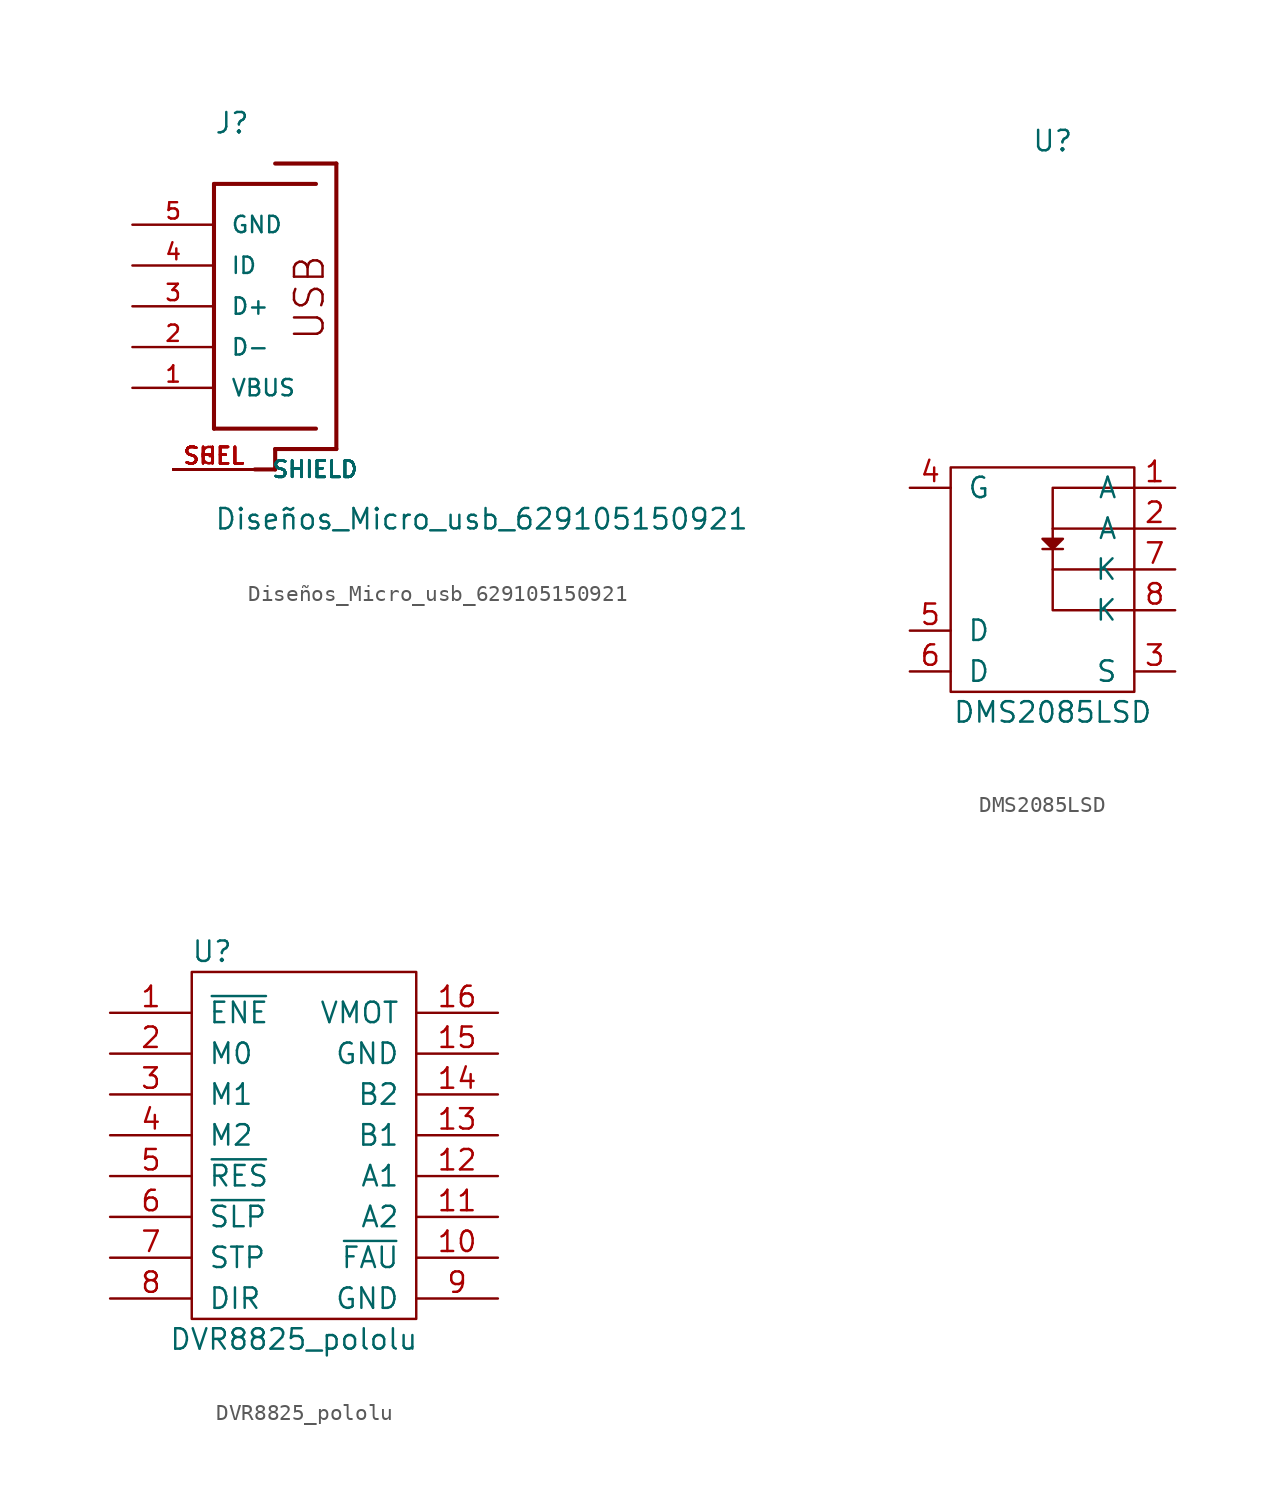
<source format=kicad_sym>
(kicad_symbol_lib
  (version 20211014)
  (generator kicad_symbol_editor)
  (symbol "Diseños_Micro_usb_629105150921"
    (pin_names
      (offset 1.016))
    (property "Reference" "J"
      (at -2.54 10.668 0)
      (effects (font (size 1.27 1.27)) (justify left bottom)))
    (property "Value" "Diseños_Micro_usb_629105150921"
      (at -2.54 -13.995 0)
      (effects (font (size 1.27 1.27)) (justify left bottom)))
    (symbol "Diseños_Micro_usb_629105150921_0_0"
      (polyline (pts (xy -2.54 -7.62) (xy -2.54 7.62)) (stroke (width 0.254) (type default) (color 0 0 0 0)) (fill (type none)))
      (polyline (pts (xy -2.54 7.62) (xy 3.81 7.62)) (stroke (width 0.254) (type default) (color 0 0 0 0)) (fill (type none)))
      (polyline (pts (xy 0 -10.16) (xy 1.27 -10.16)) (stroke (width 0.254) (type default) (color 0 0 0 0)) (fill (type none)))
      (polyline (pts (xy 1.27 -8.89) (xy 1.27 -10.16)) (stroke (width 0.254) (type default) (color 0 0 0 0)) (fill (type none)))
      (polyline (pts (xy 1.27 8.89) (xy 5.08 8.89)) (stroke (width 0.254) (type default) (color 0 0 0 0)) (fill (type none)))
      (polyline (pts (xy 3.81 -7.62) (xy -2.54 -7.62)) (stroke (width 0.254) (type default) (color 0 0 0 0)) (fill (type none)))
      (polyline (pts (xy 5.08 -8.89) (xy 1.27 -8.89)) (stroke (width 0.254) (type default) (color 0 0 0 0)) (fill (type none)))
      (polyline (pts (xy 5.08 8.89) (xy 5.08 -8.89)) (stroke (width 0.254) (type default) (color 0 0 0 0)) (fill (type none)))
      (text "USB" (at 4.445 -2.235 900) (effects (font (size 1.778 1.778)) (justify left bottom)))
      (pin passive line (at -7.62 -5.08 0) (length 5.08) (name "VBUS" (effects (font (size 1.016 1.016)))) (number "1" (effects (font (size 1.016 1.016)))))
      (pin passive line (at -7.62 -2.54 0) (length 5.08) (name "D-" (effects (font (size 1.016 1.016)))) (number "2" (effects (font (size 1.016 1.016)))))
      (pin passive line (at -7.62 0 0) (length 5.08) (name "D+" (effects (font (size 1.016 1.016)))) (number "3" (effects (font (size 1.016 1.016)))))
      (pin passive line (at -7.62 2.54 0) (length 5.08) (name "ID" (effects (font (size 1.016 1.016)))) (number "4" (effects (font (size 1.016 1.016)))))
      (pin passive line (at -7.62 5.08 0) (length 5.08) (name "GND" (effects (font (size 1.016 1.016)))) (number "5" (effects (font (size 1.016 1.016)))))
      (pin passive line (at -5.08 -10.16 0) (length 5.08) (name "SHIELD" (effects (font (size 1.016 1.016)))) (number "SGEL" (effects (font (size 1.016 1.016)))))
      (pin passive line (at -5.08 -10.16 0) (length 5.08) (name "SHIELD" (effects (font (size 1.016 1.016)))) (number "SHEL" (effects (font (size 1.016 1.016)))))
      (pin passive line (at -5.08 -10.16 0) (length 5.08) (name "SHIELD" (effects (font (size 1.016 1.016)))) (number "SHEL" (effects (font (size 1.016 1.016)))))
      (pin passive line (at -5.08 -10.16 0) (length 5.08) (name "SHIELD" (effects (font (size 1.016 1.016)))) (number "SHEL" (effects (font (size 1.016 1.016)))))
      (pin passive line (at -5.08 -10.16 0) (length 5.08) (name "SHIELD" (effects (font (size 1.016 1.016)))) (number "SHEL" (effects (font (size 1.016 1.016)))))
      (pin passive line (at -5.08 -10.16 0) (length 5.08) (name "SHIELD" (effects (font (size 1.016 1.016)))) (number "SHEL" (effects (font (size 1.016 1.016)))))
      (pin passive line (at -5.08 -10.16 0) (length 5.08) (name "SHIELD" (effects (font (size 1.016 1.016)))) (number "SHEL" (effects (font (size 1.016 1.016)))))
      (pin passive line (at -5.08 -10.16 0) (length 5.08) (name "SHIELD" (effects (font (size 1.016 1.016)))) (number "SHEL" (effects (font (size 1.016 1.016)))))))
  (symbol "DMS2085LSD"
    (pin_names
      (offset 1.016))
    (property "Reference" "U"
      (at 6.35 20.32 0)
      (effects (font (size 1.27 1.27))))
    (property "Value" "DMS2085LSD"
      (at 6.35 -15.24 0)
      (effects (font (size 1.27 1.27))))
    (symbol "DMS2085LSD_0_1"
      (polyline (pts (xy 6.985 -5.08) (xy 5.715 -5.08)) (stroke (width 0) (type default) (color 0 0 0 0)) (fill (type none)))
      (polyline (pts (xy 11.43 -6.35) (xy 6.35 -6.35)) (stroke (width 0) (type default) (color 0 0 0 0)) (fill (type none)))
      (polyline (pts (xy 11.43 -3.81) (xy 6.35 -3.81)) (stroke (width 0) (type default) (color 0 0 0 0)) (fill (type none)))
      (polyline (pts (xy 6.985 -4.445) (xy 5.715 -4.445) (xy 6.35 -5.08) (xy 6.985 -4.445)) (stroke (width 0) (type default) (color 0 0 0 0)) (fill (type outline)))
      (polyline (pts (xy 11.43 -8.89) (xy 6.35 -8.89) (xy 6.35 -1.27) (xy 11.43 -1.27)) (stroke (width 0) (type default) (color 0 0 0 0)) (fill (type none)))
      (rectangle (start 0 0) (end 11.43 -13.97) (stroke (width 0) (type default) (color 0 0 0 0)) (fill (type none))))
    (symbol "DMS2085LSD_1_1"
      (pin passive line (at 13.97 -1.27 180) (length 2.54) (name "A" (effects (font (size 1.27 1.27)))) (number "1" (effects (font (size 1.27 1.27)))))
      (pin passive line (at 13.97 -3.81 180) (length 2.54) (name "A" (effects (font (size 1.27 1.27)))) (number "2" (effects (font (size 1.27 1.27)))))
      (pin passive line (at 13.97 -12.7 180) (length 2.54) (name "S" (effects (font (size 1.27 1.27)))) (number "3" (effects (font (size 1.27 1.27)))))
      (pin passive line (at -2.54 -1.27 0) (length 2.54) (name "G" (effects (font (size 1.27 1.27)))) (number "4" (effects (font (size 1.27 1.27)))))
      (pin passive line (at -2.54 -10.16 0) (length 2.54) (name "D" (effects (font (size 1.27 1.27)))) (number "5" (effects (font (size 1.27 1.27)))))
      (pin passive line (at -2.54 -12.7 0) (length 2.54) (name "D" (effects (font (size 1.27 1.27)))) (number "6" (effects (font (size 1.27 1.27)))))
      (pin passive line (at 13.97 -6.35 180) (length 2.54) (name "K" (effects (font (size 1.27 1.27)))) (number "7" (effects (font (size 1.27 1.27)))))
      (pin passive line (at 13.97 -8.89 180) (length 2.54) (name "K" (effects (font (size 1.27 1.27)))) (number "8" (effects (font (size 1.27 1.27)))))))
  (symbol "DVR8825_pololu"
    (pin_names
      (offset 1.016))
    (property "Reference" "U"
      (at 1.27 21.59 0)
      (effects (font (size 1.27 1.27))))
    (property "Value" "DVR8825_pololu"
      (at 6.35 -2.54 0)
      (effects (font (size 1.27 1.27))))
    (symbol "DVR8825_pololu_0_1"
      (rectangle (start 0 20.32) (end 13.97 -1.27) (stroke (width 0) (type default) (color 0 0 0 0)) (fill (type none))))
    (symbol "DVR8825_pololu_1_1"
      (pin input line (at -5.08 17.78 0) (length 5.08) (name "~{ENE}" (effects (font (size 1.27 1.27)))) (number "1" (effects (font (size 1.27 1.27)))))
      (pin input line (at 19.05 2.54 180) (length 5.08) (name "~{FAU}" (effects (font (size 1.27 1.27)))) (number "10" (effects (font (size 1.27 1.27)))))
      (pin input line (at 19.05 5.08 180) (length 5.08) (name "A2" (effects (font (size 1.27 1.27)))) (number "11" (effects (font (size 1.27 1.27)))))
      (pin input line (at 19.05 7.62 180) (length 5.08) (name "A1" (effects (font (size 1.27 1.27)))) (number "12" (effects (font (size 1.27 1.27)))))
      (pin input line (at 19.05 10.16 180) (length 5.08) (name "B1" (effects (font (size 1.27 1.27)))) (number "13" (effects (font (size 1.27 1.27)))))
      (pin input line (at 19.05 12.7 180) (length 5.08) (name "B2" (effects (font (size 1.27 1.27)))) (number "14" (effects (font (size 1.27 1.27)))))
      (pin input line (at 19.05 15.24 180) (length 5.08) (name "GND" (effects (font (size 1.27 1.27)))) (number "15" (effects (font (size 1.27 1.27)))))
      (pin input line (at 19.05 17.78 180) (length 5.08) (name "VMOT" (effects (font (size 1.27 1.27)))) (number "16" (effects (font (size 1.27 1.27)))))
      (pin input line (at -5.08 15.24 0) (length 5.08) (name "M0" (effects (font (size 1.27 1.27)))) (number "2" (effects (font (size 1.27 1.27)))))
      (pin input line (at -5.08 12.7 0) (length 5.08) (name "M1" (effects (font (size 1.27 1.27)))) (number "3" (effects (font (size 1.27 1.27)))))
      (pin input line (at -5.08 10.16 0) (length 5.08) (name "M2" (effects (font (size 1.27 1.27)))) (number "4" (effects (font (size 1.27 1.27)))))
      (pin input line (at -5.08 7.62 0) (length 5.08) (name "~{RES}" (effects (font (size 1.27 1.27)))) (number "5" (effects (font (size 1.27 1.27)))))
      (pin input line (at -5.08 5.08 0) (length 5.08) (name "~{SLP}" (effects (font (size 1.27 1.27)))) (number "6" (effects (font (size 1.27 1.27)))))
      (pin input line (at -5.08 2.54 0) (length 5.08) (name "STP" (effects (font (size 1.27 1.27)))) (number "7" (effects (font (size 1.27 1.27)))))
      (pin input line (at -5.08 0 0) (length 5.08) (name "DIR" (effects (font (size 1.27 1.27)))) (number "8" (effects (font (size 1.27 1.27)))))
      (pin input line (at 19.05 0 180) (length 5.08) (name "GND" (effects (font (size 1.27 1.27)))) (number "9" (effects (font (size 1.27 1.27))))))))
</source>
